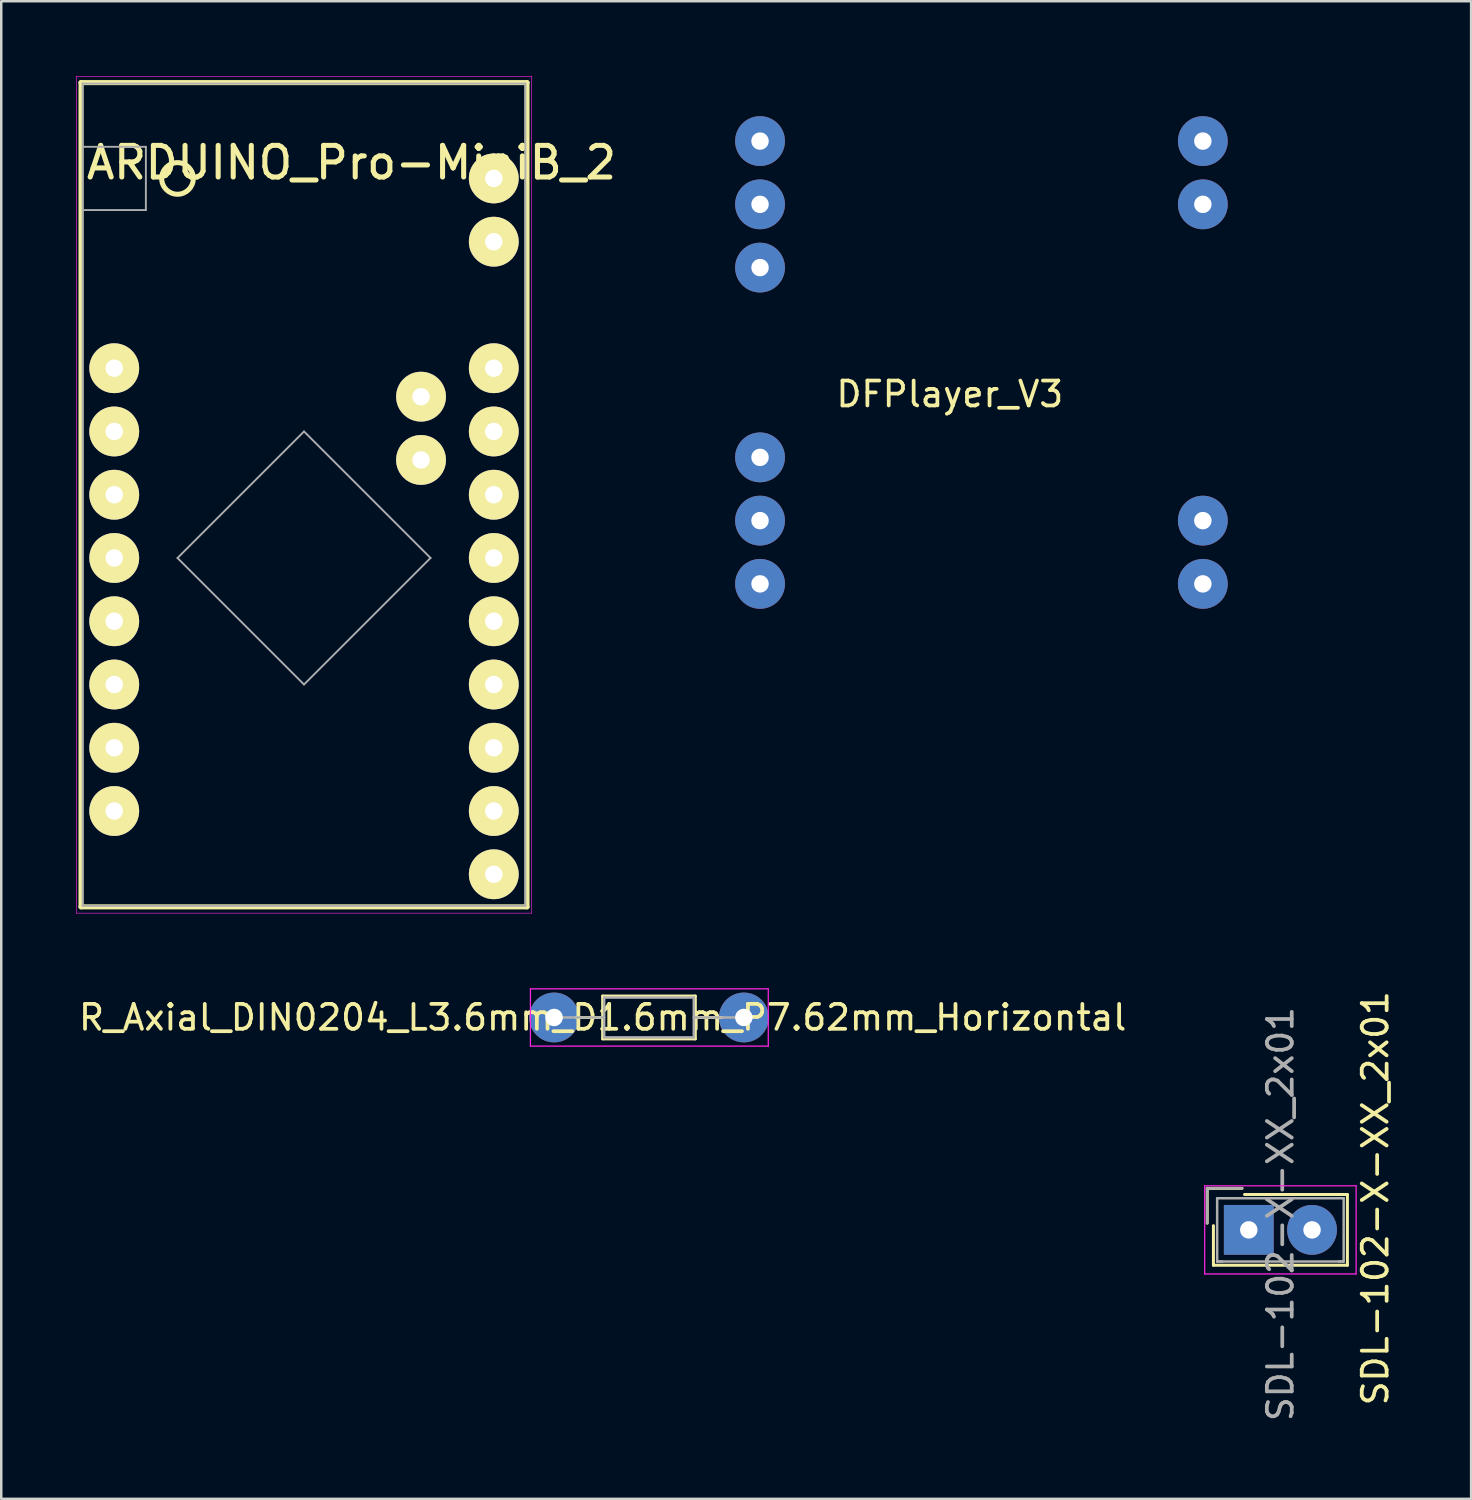
<source format=kicad_pcb>
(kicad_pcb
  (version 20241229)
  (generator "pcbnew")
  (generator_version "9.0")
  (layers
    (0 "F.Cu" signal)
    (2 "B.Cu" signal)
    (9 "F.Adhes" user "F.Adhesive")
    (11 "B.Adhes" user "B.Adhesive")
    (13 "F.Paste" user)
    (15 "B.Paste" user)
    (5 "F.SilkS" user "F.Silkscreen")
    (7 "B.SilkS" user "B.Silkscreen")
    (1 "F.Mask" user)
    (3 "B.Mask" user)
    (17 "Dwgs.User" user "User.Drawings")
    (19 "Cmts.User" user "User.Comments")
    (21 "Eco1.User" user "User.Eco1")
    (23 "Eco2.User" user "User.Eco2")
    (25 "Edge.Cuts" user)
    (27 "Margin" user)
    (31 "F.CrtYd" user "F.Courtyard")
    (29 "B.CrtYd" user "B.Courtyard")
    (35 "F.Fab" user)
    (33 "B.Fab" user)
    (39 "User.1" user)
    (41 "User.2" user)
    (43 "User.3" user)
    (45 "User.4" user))
  (footprint "DFPlayer_V3"
    (layer "F.Cu")
    (at 35.088 2.615)
    (property "Reference" "DFPlayer_V3" (at 0 10.16 0) (layer "F.SilkS") (effects (font (size 1 1) (thickness 0.15))))
    (attr through_hole)
    (fp_line (start -10.16 -2.54) (end 12.7 -2.54) (stroke (width 0.15) (type solid)) (layer "B.Mask"))
    (fp_line (start -10.16 20.32) (end -10.16 -2.54) (stroke (width 0.15) (type solid)) (layer "B.Mask"))
    (fp_line (start 12.7 -2.54) (end 12.7 20.32) (stroke (width 0.15) (type solid)) (layer "B.Mask"))
    (fp_line (start 12.7 20.32) (end -10.16 20.32) (stroke (width 0.15) (type solid)) (layer "B.Mask"))
    (pad "1" thru_hole circle (at -7.62 0) (size 2 2) (drill 0.7) (layers "*.Cu" "*.Mask"))
    (pad "2" thru_hole circle (at -7.62 2.54) (size 2 2) (drill 0.7) (layers "*.Cu" "*.Mask"))
    (pad "3" thru_hole circle (at -7.62 5.08) (size 2 2) (drill 0.7) (layers "*.Cu" "*.Mask"))
    (pad "6" thru_hole circle (at -7.62 12.7) (size 2 2) (drill 0.7) (layers "*.Cu" "*.Mask"))
    (pad "7" thru_hole circle (at -7.62 15.24) (size 2 2) (drill 0.7) (layers "*.Cu" "*.Mask"))
    (pad "8" thru_hole circle (at -7.62 17.78) (size 2 2) (drill 0.7) (layers "*.Cu" "*.Mask"))
    (pad "9" thru_hole circle (at 10.16 17.78) (size 2 2) (drill 0.7) (layers "*.Cu" "*.Mask"))
    (pad "10" thru_hole circle (at 10.16 15.24) (size 2 2) (drill 0.7) (layers "*.Cu" "*.Mask"))
    (pad "15" thru_hole circle (at 10.16 2.54) (size 2 2) (drill 0.7) (layers "*.Cu" "*.Mask"))
    (pad "16" thru_hole circle (at 10.16 0) (size 2 2) (drill 0.7) (layers "*.Cu" "*.Mask")))
  (footprint "SDL-102-X-XX_2x01"
    (layer "F.Cu")
    (at 47.093 46.334)
    (property "Reference" "SDL-102-X-XX_2x01" (at 5.08 -1.27 270) (layer "F.SilkS") (effects (font (size 1 1) (thickness 0.15))))
    (attr through_hole)
    (fp_line (start -1.67 -1.67) (end -1.67 -0.27) (stroke (width 0.12) (type solid)) (layer "F.SilkS"))
    (fp_line (start -1.42 1.42) (end -1.42 -0.17) (stroke (width 0.12) (type solid)) (layer "F.SilkS"))
    (fp_line (start -0.27 -1.67) (end -1.67 -1.67) (stroke (width 0.12) (type solid)) (layer "F.SilkS"))
    (fp_line (start -0.17 -1.42) (end 3.96 -1.42) (stroke (width 0.12) (type solid)) (layer "F.SilkS"))
    (fp_line (start 3.96 -1.42) (end 3.96 1.42) (stroke (width 0.12) (type solid)) (layer "F.SilkS"))
    (fp_line (start 3.96 1.42) (end -1.42 1.42) (stroke (width 0.12) (type solid)) (layer "F.SilkS"))
    (fp_line (start -1.77 -1.77) (end -1.77 1.77) (stroke (width 0.05) (type solid)) (layer "F.CrtYd"))
    (fp_line (start -1.77 1.77) (end 4.31 1.77) (stroke (width 0.05) (type solid)) (layer "F.CrtYd"))
    (fp_line (start 4.31 -1.77) (end -1.77 -1.77) (stroke (width 0.05) (type solid)) (layer "F.CrtYd"))
    (fp_line (start 4.31 1.77) (end 4.31 -1.77) (stroke (width 0.05) (type solid)) (layer "F.CrtYd"))
    (fp_line (start -1.67 -1.67) (end -1.67 -0.27) (stroke (width 0.1) (type solid)) (layer "F.Fab"))
    (fp_line (start -1.27 -1.27) (end -1.27 1.27) (stroke (width 0.1) (type solid)) (layer "F.Fab"))
    (fp_line (start -1.27 1.27) (end -1.07 1.27) (stroke (width 0.1) (type solid)) (layer "F.Fab"))
    (fp_line (start -1.27 1.27) (end 3.81 1.27) (stroke (width 0.1) (type solid)) (layer "F.Fab"))
    (fp_line (start -0.27 -1.67) (end -1.67 -1.67) (stroke (width 0.1) (type solid)) (layer "F.Fab"))
    (fp_line (start 3.81 -1.27) (end -1.27 -1.27) (stroke (width 0.1) (type solid)) (layer "F.Fab"))
    (fp_line (start 3.81 1.27) (end 3.61 1.27) (stroke (width 0.1) (type solid)) (layer "F.Fab"))
    (fp_line (start 3.81 1.27) (end 3.81 -1.27) (stroke (width 0.1) (type solid)) (layer "F.Fab"))
    (fp_text user "${REFERENCE}" (at 1.27 -0.635 270) (layer "F.Fab") (effects (font (size 1 1) (thickness 0.15))))
    (pad "1" thru_hole rect (at 0 0) (size 2 2) (drill 0.7) (layers "*.Cu" "*.Mask"))
    (pad "2" thru_hole circle (at 2.54 0) (size 2 2) (drill 0.7) (layers "*.Cu" "*.Mask")))
  (footprint "R_Axial_DIN0204_L3.6mm_D1.6mm_P7.62mm_Horizontal"
    (layer "F.Cu")
    (at 19.199 37.805)
    (property "Reference" "R_Axial_DIN0204_L3.6mm_D1.6mm_P7.62mm_Horizontal" (at 1.95 0 180) (layer "F.SilkS") (effects (font (size 1 1) (thickness 0.15))))
    (attr through_hole)
    (fp_line (start 0.88 0) (end 1.95 0) (stroke (width 0.12) (type solid)) (layer "F.SilkS"))
    (fp_line (start 1.95 -0.86) (end 1.95 0.86) (stroke (width 0.12) (type solid)) (layer "F.SilkS"))
    (fp_line (start 1.95 0.86) (end 5.67 0.86) (stroke (width 0.12) (type solid)) (layer "F.SilkS"))
    (fp_line (start 5.67 -0.86) (end 1.95 -0.86) (stroke (width 0.12) (type solid)) (layer "F.SilkS"))
    (fp_line (start 5.67 0.86) (end 5.67 -0.86) (stroke (width 0.12) (type solid)) (layer "F.SilkS"))
    (fp_line (start 6.74 0) (end 5.67 0) (stroke (width 0.12) (type solid)) (layer "F.SilkS"))
    (fp_line (start -0.95 -1.15) (end -0.95 1.15) (stroke (width 0.05) (type solid)) (layer "F.CrtYd"))
    (fp_line (start -0.95 1.15) (end 8.6 1.15) (stroke (width 0.05) (type solid)) (layer "F.CrtYd"))
    (fp_line (start 8.6 -1.15) (end -0.95 -1.15) (stroke (width 0.05) (type solid)) (layer "F.CrtYd"))
    (fp_line (start 8.6 1.15) (end 8.6 -1.15) (stroke (width 0.05) (type solid)) (layer "F.CrtYd"))
    (fp_line (start 0 0) (end 2.01 0) (stroke (width 0.1) (type solid)) (layer "F.Fab"))
    (fp_line (start 2.01 -0.8) (end 2.01 0.8) (stroke (width 0.1) (type solid)) (layer "F.Fab"))
    (fp_line (start 2.01 0.8) (end 5.61 0.8) (stroke (width 0.1) (type solid)) (layer "F.Fab"))
    (fp_line (start 5.61 -0.8) (end 2.01 -0.8) (stroke (width 0.1) (type solid)) (layer "F.Fab"))
    (fp_line (start 5.61 0.8) (end 5.61 -0.8) (stroke (width 0.1) (type solid)) (layer "F.Fab"))
    (fp_line (start 7.62 0) (end 5.61 0) (stroke (width 0.1) (type solid)) (layer "F.Fab"))
    (pad "1" thru_hole circle (at 0 0) (size 2 2) (drill 0.7) (layers "*.Cu" "*.Mask"))
    (pad "2" thru_hole circle (at 7.62 0) (size 2 2) (drill 0.7) (layers "*.Cu" "*.Mask")))
  (footprint "ARDUINO_Pro-MiniB_2"
    (layer "F.Cu")
    (at 9.157 16.815)
    (property "Reference" "ARDUINO_Pro-MiniB_2" (at 1.905 -13.335 180) (layer "F.SilkS") (effects (font (size 1.27 1.27) (thickness 0.203))))
    (attr through_hole)
    (fp_line (start -8.954 -16.548) (end 8.954 -16.548) (stroke (width 0.203) (type solid)) (layer "F.SilkS"))
    (fp_line (start -8.954 16.548) (end -8.954 -16.548) (stroke (width 0.203) (type solid)) (layer "F.SilkS"))
    (fp_line (start 8.954 -16.548) (end 8.954 16.548) (stroke (width 0.203) (type solid)) (layer "F.SilkS"))
    (fp_line (start 8.954 16.548) (end -8.954 16.548) (stroke (width 0.203) (type solid)) (layer "F.SilkS"))
    (fp_circle (center -5.08 -12.7) (end -4.445 -12.7) (stroke (width 0.203) (type solid)) (fill no) (layer "F.SilkS"))
    (fp_line (start -9.144 -16.802) (end 9.144 -16.802) (stroke (width 0.025) (type solid)) (layer "F.CrtYd"))
    (fp_line (start -9.144 16.802) (end -9.144 -16.802) (stroke (width 0.025) (type solid)) (layer "F.CrtYd"))
    (fp_line (start 9.144 -16.802) (end 9.144 16.802) (stroke (width 0.025) (type solid)) (layer "F.CrtYd"))
    (fp_line (start 9.144 16.802) (end -9.144 16.802) (stroke (width 0.025) (type solid)) (layer "F.CrtYd"))
    (fp_line (start -8.89 -16.51) (end 8.89 -16.51) (stroke (width 0.076) (type solid)) (layer "F.Fab"))
    (fp_line (start -8.89 -13.97) (end -6.35 -13.97) (stroke (width 0.076) (type solid)) (layer "F.Fab"))
    (fp_line (start -8.89 16.51) (end -8.89 -16.51) (stroke (width 0.076) (type solid)) (layer "F.Fab"))
    (fp_line (start -6.35 -13.97) (end -6.35 -11.43) (stroke (width 0.076) (type solid)) (layer "F.Fab"))
    (fp_line (start -6.35 -11.43) (end -8.89 -11.43) (stroke (width 0.076) (type solid)) (layer "F.Fab"))
    (fp_line (start -5.08 2.54) (end 0 7.62) (stroke (width 0.076) (type solid)) (layer "F.Fab"))
    (fp_line (start 0 -2.54) (end -5.08 2.54) (stroke (width 0.076) (type solid)) (layer "F.Fab"))
    (fp_line (start 0 7.62) (end 5.08 2.54) (stroke (width 0.076) (type solid)) (layer "F.Fab"))
    (fp_line (start 5.08 2.54) (end 0 -2.54) (stroke (width 0.076) (type solid)) (layer "F.Fab"))
    (fp_line (start 8.89 -16.51) (end 8.89 16.51) (stroke (width 0.076) (type solid)) (layer "F.Fab"))
    (fp_line (start 8.89 16.51) (end -8.89 16.51) (stroke (width 0.076) (type solid)) (layer "F.Fab"))
    (pad "4" thru_hole circle (at -7.62 -5.08) (size 2 2) (drill 0.7) (layers "*.Cu" "*.Mask" "F.SilkS"))
    (pad "5" thru_hole circle (at -7.62 -2.54) (size 2 2) (drill 0.7) (layers "*.Cu" "*.Mask" "F.SilkS"))
    (pad "6" thru_hole circle (at -7.62 0) (size 2 2) (drill 0.7) (layers "*.Cu" "*.Mask" "F.SilkS"))
    (pad "7" thru_hole circle (at -7.62 2.54) (size 2 2) (drill 0.7) (layers "*.Cu" "*.Mask" "F.SilkS"))
    (pad "8" thru_hole circle (at -7.62 5.08) (size 2 2) (drill 0.7) (layers "*.Cu" "*.Mask" "F.SilkS"))
    (pad "9" thru_hole circle (at -7.62 7.62) (size 2 2) (drill 0.7) (layers "*.Cu" "*.Mask" "F.SilkS"))
    (pad "10" thru_hole circle (at -7.62 10.16) (size 2 2) (drill 0.7) (layers "*.Cu" "*.Mask" "F.SilkS"))
    (pad "11" thru_hole circle (at -7.62 12.7) (size 2 2) (drill 0.7) (layers "*.Cu" "*.Mask" "F.SilkS"))
    (pad "13" thru_hole circle (at 7.62 15.24) (size 2 2) (drill 0.7) (layers "*.Cu" "*.Mask" "F.SilkS"))
    (pad "14" thru_hole circle (at 7.62 12.7) (size 2 2) (drill 0.7) (layers "*.Cu" "*.Mask" "F.SilkS"))
    (pad "15" thru_hole circle (at 7.62 10.16) (size 2 2) (drill 0.7) (layers "*.Cu" "*.Mask" "F.SilkS"))
    (pad "16" thru_hole circle (at 7.62 7.62) (size 2 2) (drill 0.7) (layers "*.Cu" "*.Mask" "F.SilkS"))
    (pad "17" thru_hole circle (at 7.62 5.08) (size 2 2) (drill 0.7) (layers "*.Cu" "*.Mask" "F.SilkS"))
    (pad "18" thru_hole circle (at 7.62 2.54) (size 2 2) (drill 0.7) (layers "*.Cu" "*.Mask" "F.SilkS"))
    (pad "19" thru_hole circle (at 7.62 0) (size 2 2) (drill 0.7) (layers "*.Cu" "*.Mask" "F.SilkS"))
    (pad "20" thru_hole circle (at 7.62 -2.54) (size 2 2) (drill 0.7) (layers "*.Cu" "*.Mask" "F.SilkS"))
    (pad "21" thru_hole circle (at 7.62 -5.08) (size 2 2) (drill 0.7) (layers "*.Cu" "*.Mask" "F.SilkS"))
    (pad "23" thru_hole circle (at 7.62 -10.16) (size 2 2) (drill 0.7) (layers "*.Cu" "*.Mask" "F.SilkS"))
    (pad "24" thru_hole circle (at 7.62 -12.7) (size 2 2) (drill 0.7) (layers "*.Cu" "*.Mask" "F.SilkS"))
    (pad "A4" thru_hole circle (at 4.699 -1.397) (size 2 2) (drill 0.7) (layers "*.Cu" "*.Mask" "F.SilkS"))
    (pad "A5" thru_hole circle (at 4.699 -3.937) (size 2 2) (drill 0.7) (layers "*.Cu" "*.Mask" "F.SilkS")))
  (gr_rect
    (start -3 -3)
    (end 56.021 57.134)
    (stroke (width 0.1) (type default))
    (fill no)
    (layer "Edge.Cuts")))
</source>
